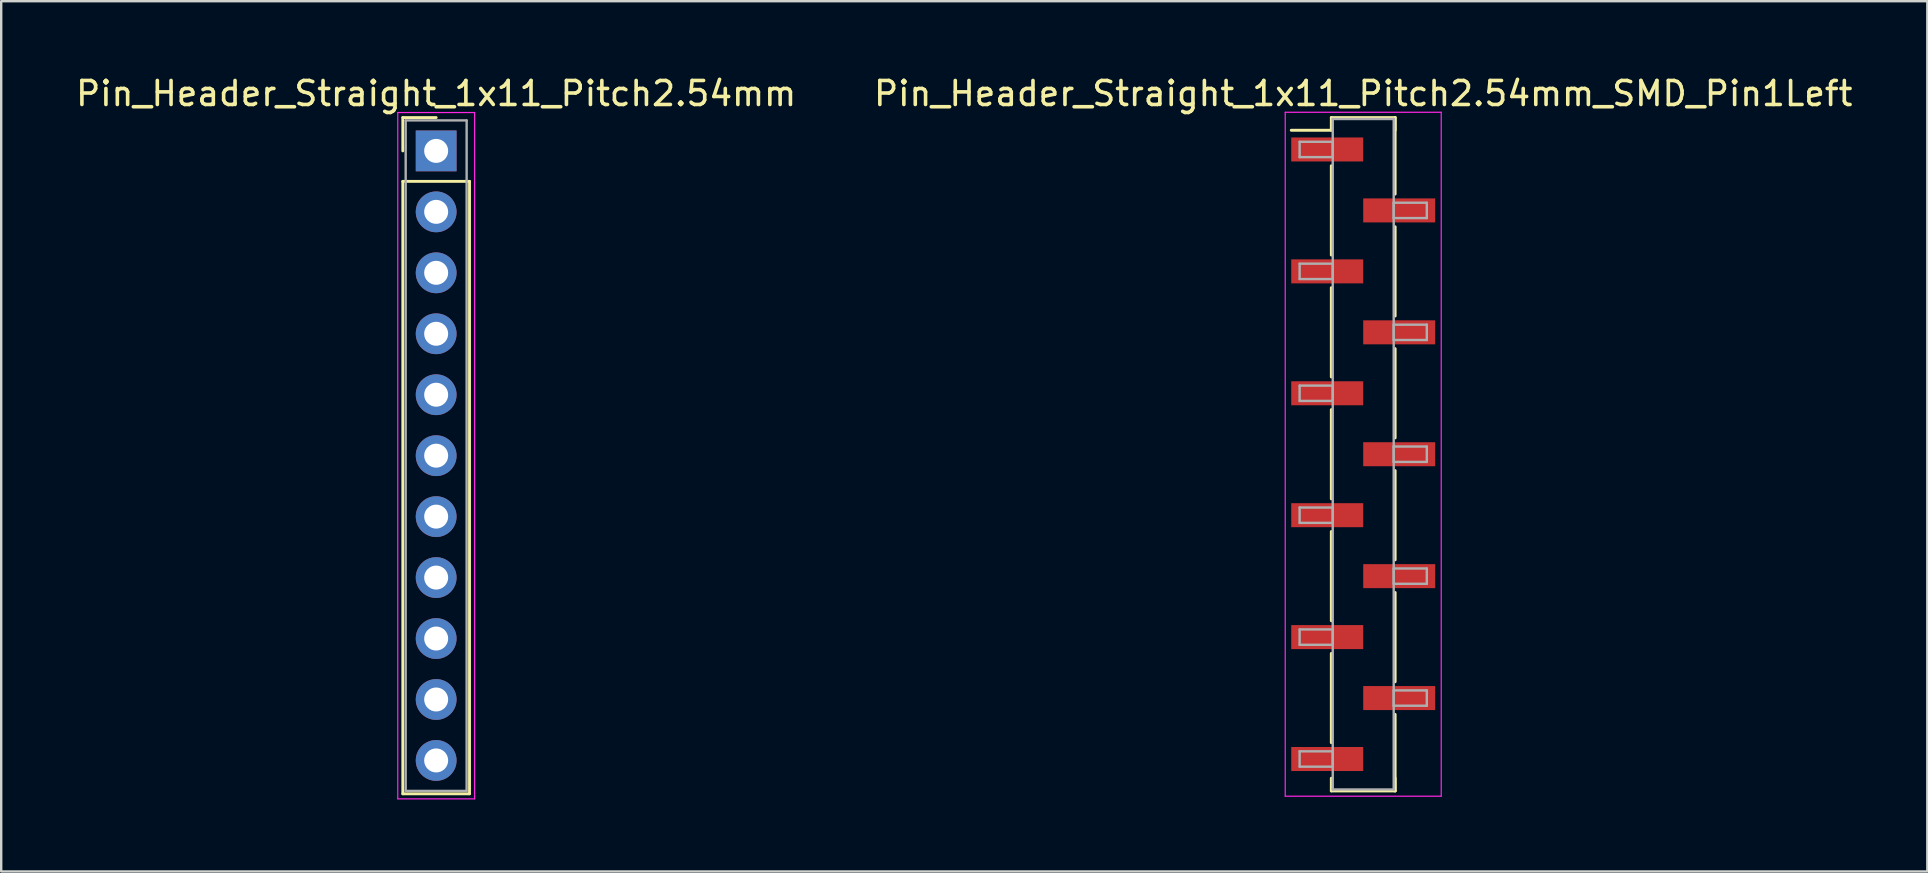
<source format=kicad_pcb>
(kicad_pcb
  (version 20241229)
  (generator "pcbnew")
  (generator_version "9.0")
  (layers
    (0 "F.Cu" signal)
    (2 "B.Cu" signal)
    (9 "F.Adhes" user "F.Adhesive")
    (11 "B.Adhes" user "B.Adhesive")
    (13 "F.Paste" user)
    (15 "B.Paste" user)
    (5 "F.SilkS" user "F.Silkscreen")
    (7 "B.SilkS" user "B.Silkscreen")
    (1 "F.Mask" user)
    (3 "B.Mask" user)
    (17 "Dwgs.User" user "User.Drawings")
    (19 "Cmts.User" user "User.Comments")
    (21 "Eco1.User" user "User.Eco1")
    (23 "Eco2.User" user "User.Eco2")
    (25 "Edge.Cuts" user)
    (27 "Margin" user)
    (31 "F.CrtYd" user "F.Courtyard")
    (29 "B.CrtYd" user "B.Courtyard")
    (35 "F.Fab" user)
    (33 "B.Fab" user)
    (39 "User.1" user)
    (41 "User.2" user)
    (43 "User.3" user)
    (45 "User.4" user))
  (footprint "Pin_Header_Straight_1x11_Pitch2.54mm_SMD_Pin1Left"
    (layer "F.Cu")
    (at 53.756 15.878)
    (property "Reference" "Pin_Header_Straight_1x11_Pitch2.54mm_SMD_Pin1Left" (at 0 -15.03 0) (layer "F.SilkS") (effects (font (size 1 1) (thickness 0.15))))
    (attr smd)
    (fp_line (start -1.33 -14.03) (end 1.33 -14.03) (stroke (width 0.12) (type solid)) (layer "F.SilkS"))
    (fp_line (start -1.33 -13.5) (end -3 -13.5) (stroke (width 0.12) (type solid)) (layer "F.SilkS"))
    (fp_line (start -1.33 -13.5) (end -1.33 -14.03) (stroke (width 0.12) (type solid)) (layer "F.SilkS"))
    (fp_line (start -1.33 -12.02) (end -1.33 -8.3) (stroke (width 0.12) (type solid)) (layer "F.SilkS"))
    (fp_line (start -1.33 -6.94) (end -1.33 -3.22) (stroke (width 0.12) (type solid)) (layer "F.SilkS"))
    (fp_line (start -1.33 -1.86) (end -1.33 1.86) (stroke (width 0.12) (type solid)) (layer "F.SilkS"))
    (fp_line (start -1.33 3.22) (end -1.33 6.94) (stroke (width 0.12) (type solid)) (layer "F.SilkS"))
    (fp_line (start -1.33 8.3) (end -1.33 12.02) (stroke (width 0.12) (type solid)) (layer "F.SilkS"))
    (fp_line (start -1.33 13.5) (end -1.33 14.03) (stroke (width 0.12) (type solid)) (layer "F.SilkS"))
    (fp_line (start -1.33 14.03) (end 1.33 14.03) (stroke (width 0.12) (type solid)) (layer "F.SilkS"))
    (fp_line (start 1.33 -14.03) (end 1.33 -13.5) (stroke (width 0.12) (type solid)) (layer "F.SilkS"))
    (fp_line (start 1.33 -14.03) (end 1.33 -10.84) (stroke (width 0.12) (type solid)) (layer "F.SilkS"))
    (fp_line (start 1.33 -9.48) (end 1.33 -5.76) (stroke (width 0.12) (type solid)) (layer "F.SilkS"))
    (fp_line (start 1.33 -4.4) (end 1.33 -0.68) (stroke (width 0.12) (type solid)) (layer "F.SilkS"))
    (fp_line (start 1.33 0.68) (end 1.33 4.4) (stroke (width 0.12) (type solid)) (layer "F.SilkS"))
    (fp_line (start 1.33 5.76) (end 1.33 9.48) (stroke (width 0.12) (type solid)) (layer "F.SilkS"))
    (fp_line (start 1.33 10.84) (end 1.33 14.03) (stroke (width 0.12) (type solid)) (layer "F.SilkS"))
    (fp_line (start 1.33 14.03) (end 1.33 13.5) (stroke (width 0.12) (type solid)) (layer "F.SilkS"))
    (fp_line (start -3.25 -14.25) (end -3.25 14.25) (stroke (width 0.05) (type solid)) (layer "F.CrtYd"))
    (fp_line (start -3.25 14.25) (end 3.25 14.25) (stroke (width 0.05) (type solid)) (layer "F.CrtYd"))
    (fp_line (start 3.25 -14.25) (end -3.25 -14.25) (stroke (width 0.05) (type solid)) (layer "F.CrtYd"))
    (fp_line (start 3.25 14.25) (end 3.25 -14.25) (stroke (width 0.05) (type solid)) (layer "F.CrtYd"))
    (fp_line (start -2.65 -13.02) (end -1.27 -13.02) (stroke (width 0.1) (type solid)) (layer "F.Fab"))
    (fp_line (start -2.65 -12.38) (end -2.65 -13.02) (stroke (width 0.1) (type solid)) (layer "F.Fab"))
    (fp_line (start -2.65 -7.94) (end -1.27 -7.94) (stroke (width 0.1) (type solid)) (layer "F.Fab"))
    (fp_line (start -2.65 -7.3) (end -2.65 -7.94) (stroke (width 0.1) (type solid)) (layer "F.Fab"))
    (fp_line (start -2.65 -2.86) (end -1.27 -2.86) (stroke (width 0.1) (type solid)) (layer "F.Fab"))
    (fp_line (start -2.65 -2.22) (end -2.65 -2.86) (stroke (width 0.1) (type solid)) (layer "F.Fab"))
    (fp_line (start -2.65 2.22) (end -1.27 2.22) (stroke (width 0.1) (type solid)) (layer "F.Fab"))
    (fp_line (start -2.65 2.86) (end -2.65 2.22) (stroke (width 0.1) (type solid)) (layer "F.Fab"))
    (fp_line (start -2.65 7.3) (end -1.27 7.3) (stroke (width 0.1) (type solid)) (layer "F.Fab"))
    (fp_line (start -2.65 7.94) (end -2.65 7.3) (stroke (width 0.1) (type solid)) (layer "F.Fab"))
    (fp_line (start -2.65 12.38) (end -1.27 12.38) (stroke (width 0.1) (type solid)) (layer "F.Fab"))
    (fp_line (start -2.65 13.02) (end -2.65 12.38) (stroke (width 0.1) (type solid)) (layer "F.Fab"))
    (fp_line (start -1.27 -13.97) (end -1.27 13.97) (stroke (width 0.1) (type solid)) (layer "F.Fab"))
    (fp_line (start -1.27 -13.02) (end -1.27 -12.38) (stroke (width 0.1) (type solid)) (layer "F.Fab"))
    (fp_line (start -1.27 -12.38) (end -2.65 -12.38) (stroke (width 0.1) (type solid)) (layer "F.Fab"))
    (fp_line (start -1.27 -7.94) (end -1.27 -7.3) (stroke (width 0.1) (type solid)) (layer "F.Fab"))
    (fp_line (start -1.27 -7.3) (end -2.65 -7.3) (stroke (width 0.1) (type solid)) (layer "F.Fab"))
    (fp_line (start -1.27 -2.86) (end -1.27 -2.22) (stroke (width 0.1) (type solid)) (layer "F.Fab"))
    (fp_line (start -1.27 -2.22) (end -2.65 -2.22) (stroke (width 0.1) (type solid)) (layer "F.Fab"))
    (fp_line (start -1.27 2.22) (end -1.27 2.86) (stroke (width 0.1) (type solid)) (layer "F.Fab"))
    (fp_line (start -1.27 2.86) (end -2.65 2.86) (stroke (width 0.1) (type solid)) (layer "F.Fab"))
    (fp_line (start -1.27 7.3) (end -1.27 7.94) (stroke (width 0.1) (type solid)) (layer "F.Fab"))
    (fp_line (start -1.27 7.94) (end -2.65 7.94) (stroke (width 0.1) (type solid)) (layer "F.Fab"))
    (fp_line (start -1.27 12.38) (end -1.27 13.02) (stroke (width 0.1) (type solid)) (layer "F.Fab"))
    (fp_line (start -1.27 13.02) (end -2.65 13.02) (stroke (width 0.1) (type solid)) (layer "F.Fab"))
    (fp_line (start -1.27 13.97) (end 1.27 13.97) (stroke (width 0.1) (type solid)) (layer "F.Fab"))
    (fp_line (start 1.27 -13.97) (end -1.27 -13.97) (stroke (width 0.1) (type solid)) (layer "F.Fab"))
    (fp_line (start 1.27 -10.48) (end 1.27 -9.84) (stroke (width 0.1) (type solid)) (layer "F.Fab"))
    (fp_line (start 1.27 -9.84) (end 2.65 -9.84) (stroke (width 0.1) (type solid)) (layer "F.Fab"))
    (fp_line (start 1.27 -5.4) (end 1.27 -4.76) (stroke (width 0.1) (type solid)) (layer "F.Fab"))
    (fp_line (start 1.27 -4.76) (end 2.65 -4.76) (stroke (width 0.1) (type solid)) (layer "F.Fab"))
    (fp_line (start 1.27 -0.32) (end 1.27 0.32) (stroke (width 0.1) (type solid)) (layer "F.Fab"))
    (fp_line (start 1.27 0.32) (end 2.65 0.32) (stroke (width 0.1) (type solid)) (layer "F.Fab"))
    (fp_line (start 1.27 4.76) (end 1.27 5.4) (stroke (width 0.1) (type solid)) (layer "F.Fab"))
    (fp_line (start 1.27 5.4) (end 2.65 5.4) (stroke (width 0.1) (type solid)) (layer "F.Fab"))
    (fp_line (start 1.27 9.84) (end 1.27 10.48) (stroke (width 0.1) (type solid)) (layer "F.Fab"))
    (fp_line (start 1.27 10.48) (end 2.65 10.48) (stroke (width 0.1) (type solid)) (layer "F.Fab"))
    (fp_line (start 1.27 13.97) (end 1.27 -13.97) (stroke (width 0.1) (type solid)) (layer "F.Fab"))
    (fp_line (start 2.65 -10.48) (end 1.27 -10.48) (stroke (width 0.1) (type solid)) (layer "F.Fab"))
    (fp_line (start 2.65 -9.84) (end 2.65 -10.48) (stroke (width 0.1) (type solid)) (layer "F.Fab"))
    (fp_line (start 2.65 -5.4) (end 1.27 -5.4) (stroke (width 0.1) (type solid)) (layer "F.Fab"))
    (fp_line (start 2.65 -4.76) (end 2.65 -5.4) (stroke (width 0.1) (type solid)) (layer "F.Fab"))
    (fp_line (start 2.65 -0.32) (end 1.27 -0.32) (stroke (width 0.1) (type solid)) (layer "F.Fab"))
    (fp_line (start 2.65 0.32) (end 2.65 -0.32) (stroke (width 0.1) (type solid)) (layer "F.Fab"))
    (fp_line (start 2.65 4.76) (end 1.27 4.76) (stroke (width 0.1) (type solid)) (layer "F.Fab"))
    (fp_line (start 2.65 5.4) (end 2.65 4.76) (stroke (width 0.1) (type solid)) (layer "F.Fab"))
    (fp_line (start 2.65 9.84) (end 1.27 9.84) (stroke (width 0.1) (type solid)) (layer "F.Fab"))
    (fp_line (start 2.65 10.48) (end 2.65 9.84) (stroke (width 0.1) (type solid)) (layer "F.Fab"))
    (pad "1" smd rect (at -1.5 -12.7) (size 3 1) (layers "F.Cu" "F.Mask"))
    (pad "2" smd rect (at 1.5 -10.16) (size 3 1) (layers "F.Cu" "F.Mask"))
    (pad "3" smd rect (at -1.5 -7.62) (size 3 1) (layers "F.Cu" "F.Mask"))
    (pad "4" smd rect (at 1.5 -5.08) (size 3 1) (layers "F.Cu" "F.Mask"))
    (pad "5" smd rect (at -1.5 -2.54) (size 3 1) (layers "F.Cu" "F.Mask"))
    (pad "6" smd rect (at 1.5 0) (size 3 1) (layers "F.Cu" "F.Mask"))
    (pad "7" smd rect (at -1.5 2.54) (size 3 1) (layers "F.Cu" "F.Mask"))
    (pad "8" smd rect (at 1.5 5.08) (size 3 1) (layers "F.Cu" "F.Mask"))
    (pad "9" smd rect (at -1.5 7.62) (size 3 1) (layers "F.Cu" "F.Mask"))
    (pad "10" smd rect (at 1.5 10.16) (size 3 1) (layers "F.Cu" "F.Mask"))
    (pad "11" smd rect (at -1.5 12.7) (size 3 1) (layers "F.Cu" "F.Mask")))
  (footprint "Pin_Header_Straight_1x11_Pitch2.54mm"
    (layer "F.Cu")
    (at 15.125 3.238)
    (property "Reference" "Pin_Header_Straight_1x11_Pitch2.54mm" (at 0 -2.39 0) (layer "F.SilkS") (effects (font (size 1 1) (thickness 0.15))))
    (attr through_hole)
    (fp_line (start -1.39 -1.39) (end 0 -1.39) (stroke (width 0.12) (type solid)) (layer "F.SilkS"))
    (fp_line (start -1.39 0) (end -1.39 -1.39) (stroke (width 0.12) (type solid)) (layer "F.SilkS"))
    (fp_line (start -1.39 1.27) (end -1.39 26.79) (stroke (width 0.12) (type solid)) (layer "F.SilkS"))
    (fp_line (start -1.39 26.79) (end 1.39 26.79) (stroke (width 0.12) (type solid)) (layer "F.SilkS"))
    (fp_line (start 1.39 1.27) (end -1.39 1.27) (stroke (width 0.12) (type solid)) (layer "F.SilkS"))
    (fp_line (start 1.39 26.79) (end 1.39 1.27) (stroke (width 0.12) (type solid)) (layer "F.SilkS"))
    (fp_line (start -1.6 -1.6) (end -1.6 27) (stroke (width 0.05) (type solid)) (layer "F.CrtYd"))
    (fp_line (start -1.6 27) (end 1.6 27) (stroke (width 0.05) (type solid)) (layer "F.CrtYd"))
    (fp_line (start 1.6 -1.6) (end -1.6 -1.6) (stroke (width 0.05) (type solid)) (layer "F.CrtYd"))
    (fp_line (start 1.6 27) (end 1.6 -1.6) (stroke (width 0.05) (type solid)) (layer "F.CrtYd"))
    (fp_line (start -1.27 -1.27) (end -1.27 26.67) (stroke (width 0.1) (type solid)) (layer "F.Fab"))
    (fp_line (start -1.27 26.67) (end 1.27 26.67) (stroke (width 0.1) (type solid)) (layer "F.Fab"))
    (fp_line (start 1.27 -1.27) (end -1.27 -1.27) (stroke (width 0.1) (type solid)) (layer "F.Fab"))
    (fp_line (start 1.27 26.67) (end 1.27 -1.27) (stroke (width 0.1) (type solid)) (layer "F.Fab"))
    (pad "1" thru_hole rect (at 0 0) (size 1.7 1.7) (drill 1) (layers "*.Cu" "*.Mask"))
    (pad "2" thru_hole oval (at 0 2.54) (size 1.7 1.7) (drill 1) (layers "*.Cu" "*.Mask"))
    (pad "3" thru_hole oval (at 0 5.08) (size 1.7 1.7) (drill 1) (layers "*.Cu" "*.Mask"))
    (pad "4" thru_hole oval (at 0 7.62) (size 1.7 1.7) (drill 1) (layers "*.Cu" "*.Mask"))
    (pad "5" thru_hole oval (at 0 10.16) (size 1.7 1.7) (drill 1) (layers "*.Cu" "*.Mask"))
    (pad "6" thru_hole oval (at 0 12.7) (size 1.7 1.7) (drill 1) (layers "*.Cu" "*.Mask"))
    (pad "7" thru_hole oval (at 0 15.24) (size 1.7 1.7) (drill 1) (layers "*.Cu" "*.Mask"))
    (pad "8" thru_hole oval (at 0 17.78) (size 1.7 1.7) (drill 1) (layers "*.Cu" "*.Mask"))
    (pad "9" thru_hole oval (at 0 20.32) (size 1.7 1.7) (drill 1) (layers "*.Cu" "*.Mask"))
    (pad "10" thru_hole oval (at 0 22.86) (size 1.7 1.7) (drill 1) (layers "*.Cu" "*.Mask"))
    (pad "11" thru_hole oval (at 0 25.4) (size 1.7 1.7) (drill 1) (layers "*.Cu" "*.Mask")))
  (gr_rect
    (start -3 -3)
    (end 77.262 33.263)
    (stroke (width 0.1) (type default))
    (fill no)
    (layer "Edge.Cuts")))
</source>
